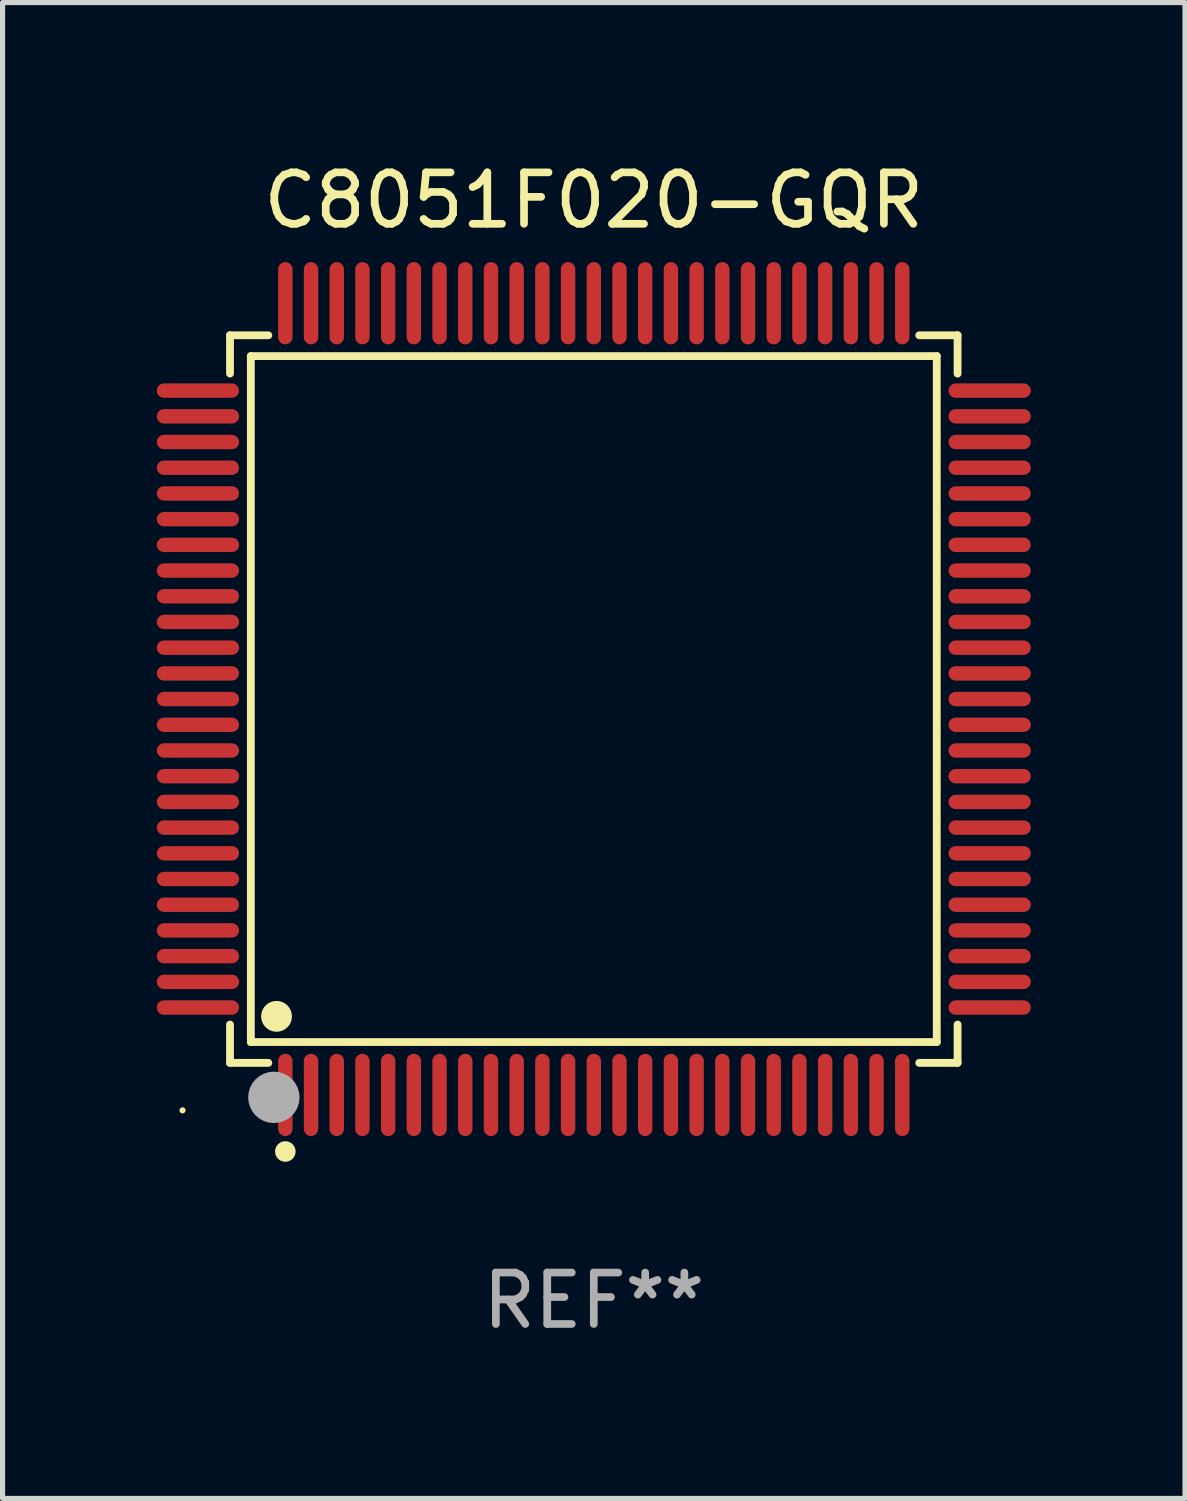
<source format=kicad_pcb>
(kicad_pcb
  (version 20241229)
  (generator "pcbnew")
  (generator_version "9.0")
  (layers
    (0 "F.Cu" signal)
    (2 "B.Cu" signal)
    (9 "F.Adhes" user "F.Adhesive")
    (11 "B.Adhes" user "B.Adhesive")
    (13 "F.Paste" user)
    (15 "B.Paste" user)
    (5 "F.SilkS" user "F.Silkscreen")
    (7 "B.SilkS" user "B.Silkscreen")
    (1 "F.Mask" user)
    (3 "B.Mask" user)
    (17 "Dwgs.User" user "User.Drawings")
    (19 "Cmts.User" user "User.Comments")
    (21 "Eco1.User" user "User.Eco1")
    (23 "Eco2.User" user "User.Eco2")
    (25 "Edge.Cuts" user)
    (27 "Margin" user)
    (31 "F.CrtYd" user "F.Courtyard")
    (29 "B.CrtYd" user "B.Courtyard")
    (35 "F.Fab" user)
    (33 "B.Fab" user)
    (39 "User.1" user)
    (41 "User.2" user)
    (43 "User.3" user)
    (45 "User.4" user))
  (footprint "C8051F020-GQR"
    (layer "F.Cu")
    (at 8.5 10.548)
    (property "Reference" "C8051F020-GQR" (at 0 -9.7 0) (layer "F.SilkS") (effects (font (size 1 1) (thickness 0.15))))
    (attr through_hole)
    (fp_line (start -7.076 -7.076) (end -6.331 -7.076) (stroke (width 0.152) (type solid)) (layer "F.SilkS"))
    (fp_line (start -7.076 -6.331) (end -7.076 -7.076) (stroke (width 0.152) (type solid)) (layer "F.SilkS"))
    (fp_line (start -7.076 6.331) (end -7.076 7.076) (stroke (width 0.152) (type solid)) (layer "F.SilkS"))
    (fp_line (start -7.076 7.076) (end -6.331 7.076) (stroke (width 0.152) (type solid)) (layer "F.SilkS"))
    (fp_line (start -6.671 -6.671) (end 6.671 -6.671) (stroke (width 0.152) (type solid)) (layer "F.SilkS"))
    (fp_line (start -6.671 6.671) (end -6.671 -6.671) (stroke (width 0.152) (type solid)) (layer "F.SilkS"))
    (fp_line (start 6.671 -6.671) (end 6.671 6.671) (stroke (width 0.152) (type solid)) (layer "F.SilkS"))
    (fp_line (start 6.671 6.671) (end -6.671 6.671) (stroke (width 0.152) (type solid)) (layer "F.SilkS"))
    (fp_line (start 7.076 -7.076) (end 6.331 -7.076) (stroke (width 0.152) (type solid)) (layer "F.SilkS"))
    (fp_line (start 7.076 -6.331) (end 7.076 -7.076) (stroke (width 0.152) (type solid)) (layer "F.SilkS"))
    (fp_line (start 7.076 6.331) (end 7.076 7.076) (stroke (width 0.152) (type solid)) (layer "F.SilkS"))
    (fp_line (start 7.076 7.076) (end 6.331 7.076) (stroke (width 0.152) (type solid)) (layer "F.SilkS"))
    (fp_circle (center -8 8) (end -7.97 8) (stroke (width 0.06) (type solid)) (fill no) (layer "F.SilkS"))
    (fp_circle (center -6.171 6.171) (end -6.021 6.171) (stroke (width 0.3) (type solid)) (fill no) (layer "F.SilkS"))
    (fp_circle (center -6 8.8) (end -5.9 8.8) (stroke (width 0.2) (type solid)) (fill no) (layer "F.SilkS"))
    (fp_circle (center -6.223 7.747) (end -5.973 7.747) (stroke (width 0.5) (type solid)) (fill no) (layer "F.Fab"))
    (fp_text user "REF**" (at 0 11.7 0) (layer "F.Fab") (effects (font (size 1 1) (thickness 0.15))))
    (pad "1" smd oval (at -6 7.7) (size 0.28 1.6) (layers "F.Cu" "F.Mask" "F.Paste"))
    (pad "2" smd oval (at -5.5 7.7) (size 0.28 1.6) (layers "F.Cu" "F.Mask" "F.Paste"))
    (pad "3" smd oval (at -5 7.7) (size 0.28 1.6) (layers "F.Cu" "F.Mask" "F.Paste"))
    (pad "4" smd oval (at -4.5 7.7) (size 0.28 1.6) (layers "F.Cu" "F.Mask" "F.Paste"))
    (pad "5" smd oval (at -4 7.7) (size 0.28 1.6) (layers "F.Cu" "F.Mask" "F.Paste"))
    (pad "6" smd oval (at -3.5 7.7) (size 0.28 1.6) (layers "F.Cu" "F.Mask" "F.Paste"))
    (pad "7" smd oval (at -3 7.7) (size 0.28 1.6) (layers "F.Cu" "F.Mask" "F.Paste"))
    (pad "8" smd oval (at -2.5 7.7) (size 0.28 1.6) (layers "F.Cu" "F.Mask" "F.Paste"))
    (pad "9" smd oval (at -2 7.7) (size 0.28 1.6) (layers "F.Cu" "F.Mask" "F.Paste"))
    (pad "10" smd oval (at -1.5 7.7) (size 0.28 1.6) (layers "F.Cu" "F.Mask" "F.Paste"))
    (pad "11" smd oval (at -1 7.7) (size 0.28 1.6) (layers "F.Cu" "F.Mask" "F.Paste"))
    (pad "12" smd oval (at -0.5 7.7) (size 0.28 1.6) (layers "F.Cu" "F.Mask" "F.Paste"))
    (pad "13" smd oval (at 0 7.7) (size 0.28 1.6) (layers "F.Cu" "F.Mask" "F.Paste"))
    (pad "14" smd oval (at 0.5 7.7) (size 0.28 1.6) (layers "F.Cu" "F.Mask" "F.Paste"))
    (pad "15" smd oval (at 1 7.7) (size 0.28 1.6) (layers "F.Cu" "F.Mask" "F.Paste"))
    (pad "16" smd oval (at 1.5 7.7) (size 0.28 1.6) (layers "F.Cu" "F.Mask" "F.Paste"))
    (pad "17" smd oval (at 2 7.7) (size 0.28 1.6) (layers "F.Cu" "F.Mask" "F.Paste"))
    (pad "18" smd oval (at 2.5 7.7) (size 0.28 1.6) (layers "F.Cu" "F.Mask" "F.Paste"))
    (pad "19" smd oval (at 3 7.7) (size 0.28 1.6) (layers "F.Cu" "F.Mask" "F.Paste"))
    (pad "20" smd oval (at 3.5 7.7) (size 0.28 1.6) (layers "F.Cu" "F.Mask" "F.Paste"))
    (pad "21" smd oval (at 4 7.7) (size 0.28 1.6) (layers "F.Cu" "F.Mask" "F.Paste"))
    (pad "22" smd oval (at 4.5 7.7) (size 0.28 1.6) (layers "F.Cu" "F.Mask" "F.Paste"))
    (pad "23" smd oval (at 5 7.7) (size 0.28 1.6) (layers "F.Cu" "F.Mask" "F.Paste"))
    (pad "24" smd oval (at 5.5 7.7) (size 0.28 1.6) (layers "F.Cu" "F.Mask" "F.Paste"))
    (pad "25" smd oval (at 6 7.7) (size 0.28 1.6) (layers "F.Cu" "F.Mask" "F.Paste"))
    (pad "26" smd oval (at 7.7 6) (size 1.6 0.28) (layers "F.Cu" "F.Mask" "F.Paste"))
    (pad "27" smd oval (at 7.7 5.5) (size 1.6 0.28) (layers "F.Cu" "F.Mask" "F.Paste"))
    (pad "28" smd oval (at 7.7 5) (size 1.6 0.28) (layers "F.Cu" "F.Mask" "F.Paste"))
    (pad "29" smd oval (at 7.7 4.5) (size 1.6 0.28) (layers "F.Cu" "F.Mask" "F.Paste"))
    (pad "30" smd oval (at 7.7 4) (size 1.6 0.28) (layers "F.Cu" "F.Mask" "F.Paste"))
    (pad "31" smd oval (at 7.7 3.5) (size 1.6 0.28) (layers "F.Cu" "F.Mask" "F.Paste"))
    (pad "32" smd oval (at 7.7 3) (size 1.6 0.28) (layers "F.Cu" "F.Mask" "F.Paste"))
    (pad "33" smd oval (at 7.7 2.5) (size 1.6 0.28) (layers "F.Cu" "F.Mask" "F.Paste"))
    (pad "34" smd oval (at 7.7 2) (size 1.6 0.28) (layers "F.Cu" "F.Mask" "F.Paste"))
    (pad "35" smd oval (at 7.7 1.5) (size 1.6 0.28) (layers "F.Cu" "F.Mask" "F.Paste"))
    (pad "36" smd oval (at 7.7 1) (size 1.6 0.28) (layers "F.Cu" "F.Mask" "F.Paste"))
    (pad "37" smd oval (at 7.7 0.5) (size 1.6 0.28) (layers "F.Cu" "F.Mask" "F.Paste"))
    (pad "38" smd oval (at 7.7 0) (size 1.6 0.28) (layers "F.Cu" "F.Mask" "F.Paste"))
    (pad "39" smd oval (at 7.7 -0.5) (size 1.6 0.28) (layers "F.Cu" "F.Mask" "F.Paste"))
    (pad "40" smd oval (at 7.7 -1) (size 1.6 0.28) (layers "F.Cu" "F.Mask" "F.Paste"))
    (pad "41" smd oval (at 7.7 -1.5) (size 1.6 0.28) (layers "F.Cu" "F.Mask" "F.Paste"))
    (pad "42" smd oval (at 7.7 -2) (size 1.6 0.28) (layers "F.Cu" "F.Mask" "F.Paste"))
    (pad "43" smd oval (at 7.7 -2.5) (size 1.6 0.28) (layers "F.Cu" "F.Mask" "F.Paste"))
    (pad "44" smd oval (at 7.7 -3) (size 1.6 0.28) (layers "F.Cu" "F.Mask" "F.Paste"))
    (pad "45" smd oval (at 7.7 -3.5) (size 1.6 0.28) (layers "F.Cu" "F.Mask" "F.Paste"))
    (pad "46" smd oval (at 7.7 -4) (size 1.6 0.28) (layers "F.Cu" "F.Mask" "F.Paste"))
    (pad "47" smd oval (at 7.7 -4.5) (size 1.6 0.28) (layers "F.Cu" "F.Mask" "F.Paste"))
    (pad "48" smd oval (at 7.7 -5) (size 1.6 0.28) (layers "F.Cu" "F.Mask" "F.Paste"))
    (pad "49" smd oval (at 7.7 -5.5) (size 1.6 0.28) (layers "F.Cu" "F.Mask" "F.Paste"))
    (pad "50" smd oval (at 7.7 -6) (size 1.6 0.28) (layers "F.Cu" "F.Mask" "F.Paste"))
    (pad "51" smd oval (at 6 -7.7) (size 0.28 1.6) (layers "F.Cu" "F.Mask" "F.Paste"))
    (pad "52" smd oval (at 5.5 -7.7) (size 0.28 1.6) (layers "F.Cu" "F.Mask" "F.Paste"))
    (pad "53" smd oval (at 5 -7.7) (size 0.28 1.6) (layers "F.Cu" "F.Mask" "F.Paste"))
    (pad "54" smd oval (at 4.5 -7.7) (size 0.28 1.6) (layers "F.Cu" "F.Mask" "F.Paste"))
    (pad "55" smd oval (at 4 -7.7) (size 0.28 1.6) (layers "F.Cu" "F.Mask" "F.Paste"))
    (pad "56" smd oval (at 3.5 -7.7) (size 0.28 1.6) (layers "F.Cu" "F.Mask" "F.Paste"))
    (pad "57" smd oval (at 3 -7.7) (size 0.28 1.6) (layers "F.Cu" "F.Mask" "F.Paste"))
    (pad "58" smd oval (at 2.5 -7.7) (size 0.28 1.6) (layers "F.Cu" "F.Mask" "F.Paste"))
    (pad "59" smd oval (at 2 -7.7) (size 0.28 1.6) (layers "F.Cu" "F.Mask" "F.Paste"))
    (pad "60" smd oval (at 1.5 -7.7) (size 0.28 1.6) (layers "F.Cu" "F.Mask" "F.Paste"))
    (pad "61" smd oval (at 1 -7.7) (size 0.28 1.6) (layers "F.Cu" "F.Mask" "F.Paste"))
    (pad "62" smd oval (at 0.5 -7.7) (size 0.28 1.6) (layers "F.Cu" "F.Mask" "F.Paste"))
    (pad "63" smd oval (at 0 -7.7) (size 0.28 1.6) (layers "F.Cu" "F.Mask" "F.Paste"))
    (pad "64" smd oval (at -0.5 -7.7) (size 0.28 1.6) (layers "F.Cu" "F.Mask" "F.Paste"))
    (pad "65" smd oval (at -1 -7.7) (size 0.28 1.6) (layers "F.Cu" "F.Mask" "F.Paste"))
    (pad "66" smd oval (at -1.5 -7.7) (size 0.28 1.6) (layers "F.Cu" "F.Mask" "F.Paste"))
    (pad "67" smd oval (at -2 -7.7) (size 0.28 1.6) (layers "F.Cu" "F.Mask" "F.Paste"))
    (pad "68" smd oval (at -2.5 -7.7) (size 0.28 1.6) (layers "F.Cu" "F.Mask" "F.Paste"))
    (pad "69" smd oval (at -3 -7.7) (size 0.28 1.6) (layers "F.Cu" "F.Mask" "F.Paste"))
    (pad "70" smd oval (at -3.5 -7.7) (size 0.28 1.6) (layers "F.Cu" "F.Mask" "F.Paste"))
    (pad "71" smd oval (at -4 -7.7) (size 0.28 1.6) (layers "F.Cu" "F.Mask" "F.Paste"))
    (pad "72" smd oval (at -4.5 -7.7) (size 0.28 1.6) (layers "F.Cu" "F.Mask" "F.Paste"))
    (pad "73" smd oval (at -5 -7.7) (size 0.28 1.6) (layers "F.Cu" "F.Mask" "F.Paste"))
    (pad "74" smd oval (at -5.5 -7.7) (size 0.28 1.6) (layers "F.Cu" "F.Mask" "F.Paste"))
    (pad "75" smd oval (at -6 -7.7) (size 0.28 1.6) (layers "F.Cu" "F.Mask" "F.Paste"))
    (pad "76" smd oval (at -7.7 -6) (size 1.6 0.28) (layers "F.Cu" "F.Mask" "F.Paste"))
    (pad "77" smd oval (at -7.7 -5.5) (size 1.6 0.28) (layers "F.Cu" "F.Mask" "F.Paste"))
    (pad "78" smd oval (at -7.7 -5) (size 1.6 0.28) (layers "F.Cu" "F.Mask" "F.Paste"))
    (pad "79" smd oval (at -7.7 -4.5) (size 1.6 0.28) (layers "F.Cu" "F.Mask" "F.Paste"))
    (pad "80" smd oval (at -7.7 -4) (size 1.6 0.28) (layers "F.Cu" "F.Mask" "F.Paste"))
    (pad "81" smd oval (at -7.7 -3.5) (size 1.6 0.28) (layers "F.Cu" "F.Mask" "F.Paste"))
    (pad "82" smd oval (at -7.7 -3) (size 1.6 0.28) (layers "F.Cu" "F.Mask" "F.Paste"))
    (pad "83" smd oval (at -7.7 -2.5) (size 1.6 0.28) (layers "F.Cu" "F.Mask" "F.Paste"))
    (pad "84" smd oval (at -7.7 -2) (size 1.6 0.28) (layers "F.Cu" "F.Mask" "F.Paste"))
    (pad "85" smd oval (at -7.7 -1.5) (size 1.6 0.28) (layers "F.Cu" "F.Mask" "F.Paste"))
    (pad "86" smd oval (at -7.7 -1) (size 1.6 0.28) (layers "F.Cu" "F.Mask" "F.Paste"))
    (pad "87" smd oval (at -7.7 -0.5) (size 1.6 0.28) (layers "F.Cu" "F.Mask" "F.Paste"))
    (pad "88" smd oval (at -7.7 0) (size 1.6 0.28) (layers "F.Cu" "F.Mask" "F.Paste"))
    (pad "89" smd oval (at -7.7 0.5) (size 1.6 0.28) (layers "F.Cu" "F.Mask" "F.Paste"))
    (pad "90" smd oval (at -7.7 1) (size 1.6 0.28) (layers "F.Cu" "F.Mask" "F.Paste"))
    (pad "91" smd oval (at -7.7 1.5) (size 1.6 0.28) (layers "F.Cu" "F.Mask" "F.Paste"))
    (pad "92" smd oval (at -7.7 2) (size 1.6 0.28) (layers "F.Cu" "F.Mask" "F.Paste"))
    (pad "93" smd oval (at -7.7 2.5) (size 1.6 0.28) (layers "F.Cu" "F.Mask" "F.Paste"))
    (pad "94" smd oval (at -7.7 3) (size 1.6 0.28) (layers "F.Cu" "F.Mask" "F.Paste"))
    (pad "95" smd oval (at -7.7 3.5) (size 1.6 0.28) (layers "F.Cu" "F.Mask" "F.Paste"))
    (pad "96" smd oval (at -7.7 4) (size 1.6 0.28) (layers "F.Cu" "F.Mask" "F.Paste"))
    (pad "97" smd oval (at -7.7 4.5) (size 1.6 0.28) (layers "F.Cu" "F.Mask" "F.Paste"))
    (pad "98" smd oval (at -7.7 5) (size 1.6 0.28) (layers "F.Cu" "F.Mask" "F.Paste"))
    (pad "99" smd oval (at -7.7 5.5) (size 1.6 0.28) (layers "F.Cu" "F.Mask" "F.Paste"))
    (pad "100" smd oval (at -7.7 6) (size 1.6 0.28) (layers "F.Cu" "F.Mask" "F.Paste")))
  (gr_rect
    (start -3 -3)
    (end 20 26.097)
    (stroke (width 0.1) (type default))
    (fill no)
    (layer "Edge.Cuts")))
</source>
